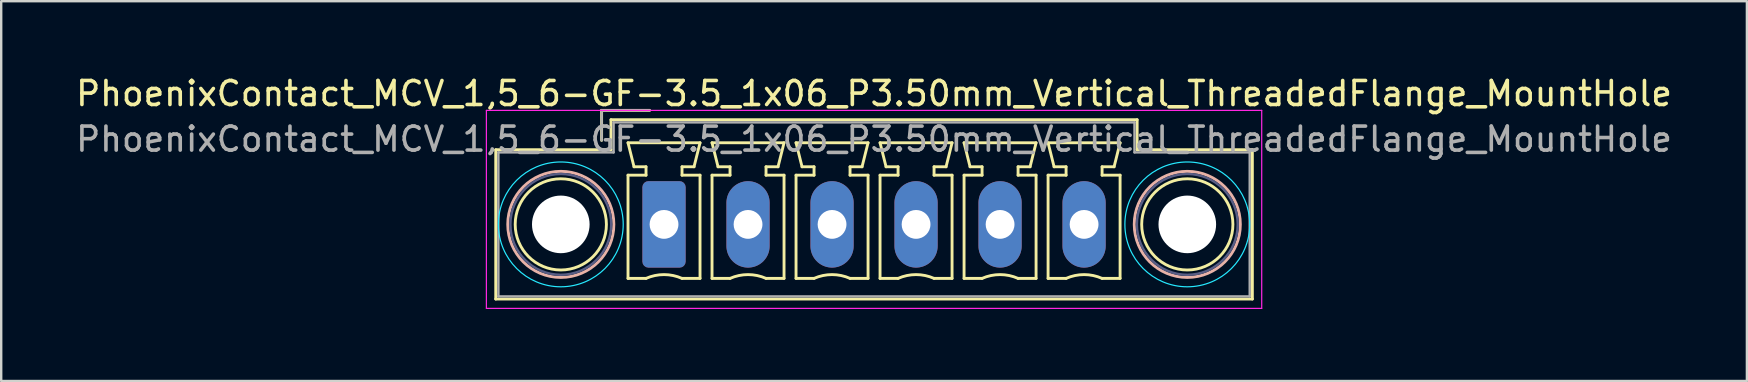
<source format=kicad_pcb>
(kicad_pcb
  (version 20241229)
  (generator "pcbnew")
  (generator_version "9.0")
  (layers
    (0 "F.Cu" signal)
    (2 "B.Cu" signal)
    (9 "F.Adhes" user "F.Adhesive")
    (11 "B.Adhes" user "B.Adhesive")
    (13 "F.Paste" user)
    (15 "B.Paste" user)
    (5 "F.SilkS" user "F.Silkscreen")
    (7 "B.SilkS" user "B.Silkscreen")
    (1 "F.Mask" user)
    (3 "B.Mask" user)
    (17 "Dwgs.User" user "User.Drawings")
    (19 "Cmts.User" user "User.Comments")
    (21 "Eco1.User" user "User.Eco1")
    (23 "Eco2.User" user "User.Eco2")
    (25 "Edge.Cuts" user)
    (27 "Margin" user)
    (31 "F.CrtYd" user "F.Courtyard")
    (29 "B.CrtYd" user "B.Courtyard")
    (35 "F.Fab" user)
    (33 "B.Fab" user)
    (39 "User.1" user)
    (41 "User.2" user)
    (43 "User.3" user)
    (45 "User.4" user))
  (footprint "PhoenixContact_MCV_1,5_6-GF-3.5_1x06_P3.50mm_Vertical_ThreadedFlange_MountHole"
    (layer "F.Cu")
    (at 24.613 6.298)
    (property "Reference" "PhoenixContact_MCV_1,5_6-GF-3.5_1x06_P3.50mm_Vertical_ThreadedFlange_MountHole" (at 8.75 -5.45 0) (layer "F.SilkS") (effects (font (size 1 1) (thickness 0.15))))
    (attr through_hole)
    (fp_line (start -7.01 -3.11) (end -7.01 3.11) (stroke (width 0.12) (type solid)) (layer "F.SilkS"))
    (fp_line (start -7.01 3.11) (end 24.51 3.11) (stroke (width 0.12) (type solid)) (layer "F.SilkS"))
    (fp_line (start -2.6 -4.75) (end -0.6 -4.75) (stroke (width 0.12) (type solid)) (layer "F.SilkS"))
    (fp_line (start -2.6 -3.5) (end -2.6 -4.75) (stroke (width 0.12) (type solid)) (layer "F.SilkS"))
    (fp_line (start -2.21 -4.36) (end -2.21 -3.11) (stroke (width 0.12) (type solid)) (layer "F.SilkS"))
    (fp_line (start -2.21 -3.11) (end -7.01 -3.11) (stroke (width 0.12) (type solid)) (layer "F.SilkS"))
    (fp_line (start -1.5 -3.4) (end 1.5 -3.4) (stroke (width 0.12) (type solid)) (layer "F.SilkS"))
    (fp_line (start -1.5 -2.05) (end -0.75 -2.05) (stroke (width 0.12) (type solid)) (layer "F.SilkS"))
    (fp_line (start -1.5 2.25) (end -1.5 -2.05) (stroke (width 0.12) (type solid)) (layer "F.SilkS"))
    (fp_line (start -1.25 -2.4) (end -1.5 -3.4) (stroke (width 0.12) (type solid)) (layer "F.SilkS"))
    (fp_line (start -0.75 -2.4) (end -1.25 -2.4) (stroke (width 0.12) (type solid)) (layer "F.SilkS"))
    (fp_line (start -0.75 -2.05) (end -0.75 -2.4) (stroke (width 0.12) (type solid)) (layer "F.SilkS"))
    (fp_line (start -0.75 2.25) (end -1.5 2.25) (stroke (width 0.12) (type solid)) (layer "F.SilkS"))
    (fp_line (start 0.75 -2.4) (end 0.75 -2.05) (stroke (width 0.12) (type solid)) (layer "F.SilkS"))
    (fp_line (start 0.75 -2.05) (end 1.5 -2.05) (stroke (width 0.12) (type solid)) (layer "F.SilkS"))
    (fp_line (start 1.25 -2.4) (end 0.75 -2.4) (stroke (width 0.12) (type solid)) (layer "F.SilkS"))
    (fp_line (start 1.5 -3.4) (end 1.25 -2.4) (stroke (width 0.12) (type solid)) (layer "F.SilkS"))
    (fp_line (start 1.5 -2.05) (end 1.5 2.25) (stroke (width 0.12) (type solid)) (layer "F.SilkS"))
    (fp_line (start 1.5 2.25) (end 0.75 2.25) (stroke (width 0.12) (type solid)) (layer "F.SilkS"))
    (fp_line (start 2 -3.4) (end 5 -3.4) (stroke (width 0.12) (type solid)) (layer "F.SilkS"))
    (fp_line (start 2 -2.05) (end 2.75 -2.05) (stroke (width 0.12) (type solid)) (layer "F.SilkS"))
    (fp_line (start 2 2.25) (end 2 -2.05) (stroke (width 0.12) (type solid)) (layer "F.SilkS"))
    (fp_line (start 2.25 -2.4) (end 2 -3.4) (stroke (width 0.12) (type solid)) (layer "F.SilkS"))
    (fp_line (start 2.75 -2.4) (end 2.25 -2.4) (stroke (width 0.12) (type solid)) (layer "F.SilkS"))
    (fp_line (start 2.75 -2.05) (end 2.75 -2.4) (stroke (width 0.12) (type solid)) (layer "F.SilkS"))
    (fp_line (start 2.75 2.25) (end 2 2.25) (stroke (width 0.12) (type solid)) (layer "F.SilkS"))
    (fp_line (start 4.25 -2.4) (end 4.25 -2.05) (stroke (width 0.12) (type solid)) (layer "F.SilkS"))
    (fp_line (start 4.25 -2.05) (end 5 -2.05) (stroke (width 0.12) (type solid)) (layer "F.SilkS"))
    (fp_line (start 4.75 -2.4) (end 4.25 -2.4) (stroke (width 0.12) (type solid)) (layer "F.SilkS"))
    (fp_line (start 5 -3.4) (end 4.75 -2.4) (stroke (width 0.12) (type solid)) (layer "F.SilkS"))
    (fp_line (start 5 -2.05) (end 5 2.25) (stroke (width 0.12) (type solid)) (layer "F.SilkS"))
    (fp_line (start 5 2.25) (end 4.25 2.25) (stroke (width 0.12) (type solid)) (layer "F.SilkS"))
    (fp_line (start 5.5 -3.4) (end 8.5 -3.4) (stroke (width 0.12) (type solid)) (layer "F.SilkS"))
    (fp_line (start 5.5 -2.05) (end 6.25 -2.05) (stroke (width 0.12) (type solid)) (layer "F.SilkS"))
    (fp_line (start 5.5 2.25) (end 5.5 -2.05) (stroke (width 0.12) (type solid)) (layer "F.SilkS"))
    (fp_line (start 5.75 -2.4) (end 5.5 -3.4) (stroke (width 0.12) (type solid)) (layer "F.SilkS"))
    (fp_line (start 6.25 -2.4) (end 5.75 -2.4) (stroke (width 0.12) (type solid)) (layer "F.SilkS"))
    (fp_line (start 6.25 -2.05) (end 6.25 -2.4) (stroke (width 0.12) (type solid)) (layer "F.SilkS"))
    (fp_line (start 6.25 2.25) (end 5.5 2.25) (stroke (width 0.12) (type solid)) (layer "F.SilkS"))
    (fp_line (start 7.75 -2.4) (end 7.75 -2.05) (stroke (width 0.12) (type solid)) (layer "F.SilkS"))
    (fp_line (start 7.75 -2.05) (end 8.5 -2.05) (stroke (width 0.12) (type solid)) (layer "F.SilkS"))
    (fp_line (start 8.25 -2.4) (end 7.75 -2.4) (stroke (width 0.12) (type solid)) (layer "F.SilkS"))
    (fp_line (start 8.5 -3.4) (end 8.25 -2.4) (stroke (width 0.12) (type solid)) (layer "F.SilkS"))
    (fp_line (start 8.5 -2.05) (end 8.5 2.25) (stroke (width 0.12) (type solid)) (layer "F.SilkS"))
    (fp_line (start 8.5 2.25) (end 7.75 2.25) (stroke (width 0.12) (type solid)) (layer "F.SilkS"))
    (fp_line (start 9 -3.4) (end 12 -3.4) (stroke (width 0.12) (type solid)) (layer "F.SilkS"))
    (fp_line (start 9 -2.05) (end 9.75 -2.05) (stroke (width 0.12) (type solid)) (layer "F.SilkS"))
    (fp_line (start 9 2.25) (end 9 -2.05) (stroke (width 0.12) (type solid)) (layer "F.SilkS"))
    (fp_line (start 9.25 -2.4) (end 9 -3.4) (stroke (width 0.12) (type solid)) (layer "F.SilkS"))
    (fp_line (start 9.75 -2.4) (end 9.25 -2.4) (stroke (width 0.12) (type solid)) (layer "F.SilkS"))
    (fp_line (start 9.75 -2.05) (end 9.75 -2.4) (stroke (width 0.12) (type solid)) (layer "F.SilkS"))
    (fp_line (start 9.75 2.25) (end 9 2.25) (stroke (width 0.12) (type solid)) (layer "F.SilkS"))
    (fp_line (start 11.25 -2.4) (end 11.25 -2.05) (stroke (width 0.12) (type solid)) (layer "F.SilkS"))
    (fp_line (start 11.25 -2.05) (end 12 -2.05) (stroke (width 0.12) (type solid)) (layer "F.SilkS"))
    (fp_line (start 11.75 -2.4) (end 11.25 -2.4) (stroke (width 0.12) (type solid)) (layer "F.SilkS"))
    (fp_line (start 12 -3.4) (end 11.75 -2.4) (stroke (width 0.12) (type solid)) (layer "F.SilkS"))
    (fp_line (start 12 -2.05) (end 12 2.25) (stroke (width 0.12) (type solid)) (layer "F.SilkS"))
    (fp_line (start 12 2.25) (end 11.25 2.25) (stroke (width 0.12) (type solid)) (layer "F.SilkS"))
    (fp_line (start 12.5 -3.4) (end 15.5 -3.4) (stroke (width 0.12) (type solid)) (layer "F.SilkS"))
    (fp_line (start 12.5 -2.05) (end 13.25 -2.05) (stroke (width 0.12) (type solid)) (layer "F.SilkS"))
    (fp_line (start 12.5 2.25) (end 12.5 -2.05) (stroke (width 0.12) (type solid)) (layer "F.SilkS"))
    (fp_line (start 12.75 -2.4) (end 12.5 -3.4) (stroke (width 0.12) (type solid)) (layer "F.SilkS"))
    (fp_line (start 13.25 -2.4) (end 12.75 -2.4) (stroke (width 0.12) (type solid)) (layer "F.SilkS"))
    (fp_line (start 13.25 -2.05) (end 13.25 -2.4) (stroke (width 0.12) (type solid)) (layer "F.SilkS"))
    (fp_line (start 13.25 2.25) (end 12.5 2.25) (stroke (width 0.12) (type solid)) (layer "F.SilkS"))
    (fp_line (start 14.75 -2.4) (end 14.75 -2.05) (stroke (width 0.12) (type solid)) (layer "F.SilkS"))
    (fp_line (start 14.75 -2.05) (end 15.5 -2.05) (stroke (width 0.12) (type solid)) (layer "F.SilkS"))
    (fp_line (start 15.25 -2.4) (end 14.75 -2.4) (stroke (width 0.12) (type solid)) (layer "F.SilkS"))
    (fp_line (start 15.5 -3.4) (end 15.25 -2.4) (stroke (width 0.12) (type solid)) (layer "F.SilkS"))
    (fp_line (start 15.5 -2.05) (end 15.5 2.25) (stroke (width 0.12) (type solid)) (layer "F.SilkS"))
    (fp_line (start 15.5 2.25) (end 14.75 2.25) (stroke (width 0.12) (type solid)) (layer "F.SilkS"))
    (fp_line (start 16 -3.4) (end 19 -3.4) (stroke (width 0.12) (type solid)) (layer "F.SilkS"))
    (fp_line (start 16 -2.05) (end 16.75 -2.05) (stroke (width 0.12) (type solid)) (layer "F.SilkS"))
    (fp_line (start 16 2.25) (end 16 -2.05) (stroke (width 0.12) (type solid)) (layer "F.SilkS"))
    (fp_line (start 16.25 -2.4) (end 16 -3.4) (stroke (width 0.12) (type solid)) (layer "F.SilkS"))
    (fp_line (start 16.75 -2.4) (end 16.25 -2.4) (stroke (width 0.12) (type solid)) (layer "F.SilkS"))
    (fp_line (start 16.75 -2.05) (end 16.75 -2.4) (stroke (width 0.12) (type solid)) (layer "F.SilkS"))
    (fp_line (start 16.75 2.25) (end 16 2.25) (stroke (width 0.12) (type solid)) (layer "F.SilkS"))
    (fp_line (start 18.25 -2.4) (end 18.25 -2.05) (stroke (width 0.12) (type solid)) (layer "F.SilkS"))
    (fp_line (start 18.25 -2.05) (end 19 -2.05) (stroke (width 0.12) (type solid)) (layer "F.SilkS"))
    (fp_line (start 18.75 -2.4) (end 18.25 -2.4) (stroke (width 0.12) (type solid)) (layer "F.SilkS"))
    (fp_line (start 19 -3.4) (end 18.75 -2.4) (stroke (width 0.12) (type solid)) (layer "F.SilkS"))
    (fp_line (start 19 -2.05) (end 19 2.25) (stroke (width 0.12) (type solid)) (layer "F.SilkS"))
    (fp_line (start 19 2.25) (end 18.25 2.25) (stroke (width 0.12) (type solid)) (layer "F.SilkS"))
    (fp_line (start 19.71 -4.36) (end -2.21 -4.36) (stroke (width 0.12) (type solid)) (layer "F.SilkS"))
    (fp_line (start 19.71 -3.11) (end 19.71 -4.36) (stroke (width 0.12) (type solid)) (layer "F.SilkS"))
    (fp_line (start 24.51 -3.11) (end 19.71 -3.11) (stroke (width 0.12) (type solid)) (layer "F.SilkS"))
    (fp_line (start 24.51 3.11) (end 24.51 -3.11) (stroke (width 0.12) (type solid)) (layer "F.SilkS"))
    (fp_arc (start -0.75 2.25) (mid -0.000193 2.09191) (end 0.749647 2.249844) (stroke (width 0.12) (type solid)) (layer "F.SilkS"))
    (fp_arc (start 2.75 2.25) (mid 3.499807 2.09191) (end 4.249647 2.249844) (stroke (width 0.12) (type solid)) (layer "F.SilkS"))
    (fp_arc (start 6.25 2.25) (mid 6.999807 2.09191) (end 7.749647 2.249844) (stroke (width 0.12) (type solid)) (layer "F.SilkS"))
    (fp_arc (start 9.75 2.25) (mid 10.499807 2.09191) (end 11.249647 2.249844) (stroke (width 0.12) (type solid)) (layer "F.SilkS"))
    (fp_arc (start 13.25 2.25) (mid 13.999807 2.09191) (end 14.749647 2.249844) (stroke (width 0.12) (type solid)) (layer "F.SilkS"))
    (fp_arc (start 16.75 2.25) (mid 17.499807 2.09191) (end 18.249647 2.249844) (stroke (width 0.12) (type solid)) (layer "F.SilkS"))
    (fp_circle (center -4.3 0) (end -2.4 0) (stroke (width 0.12) (type solid)) (fill no) (layer "F.SilkS"))
    (fp_circle (center 21.8 0) (end 23.7 0) (stroke (width 0.12) (type solid)) (fill no) (layer "F.SilkS"))
    (fp_circle (center -4.3 0) (end -2.09 0) (stroke (width 0.12) (type solid)) (fill no) (layer "B.SilkS"))
    (fp_circle (center 21.8 0) (end 24.01 0) (stroke (width 0.12) (type solid)) (fill no) (layer "B.SilkS"))
    (fp_circle (center -4.3 0) (end -1.7 0) (stroke (width 0.05) (type solid)) (fill no) (layer "B.CrtYd"))
    (fp_circle (center 21.8 0) (end 24.4 0) (stroke (width 0.05) (type solid)) (fill no) (layer "B.CrtYd"))
    (fp_line (start -7.4 -4.75) (end -7.4 3.5) (stroke (width 0.05) (type solid)) (layer "F.CrtYd"))
    (fp_line (start -7.4 3.5) (end 24.9 3.5) (stroke (width 0.05) (type solid)) (layer "F.CrtYd"))
    (fp_line (start 24.9 -4.75) (end -7.4 -4.75) (stroke (width 0.05) (type solid)) (layer "F.CrtYd"))
    (fp_line (start 24.9 3.5) (end 24.9 -4.75) (stroke (width 0.05) (type solid)) (layer "F.CrtYd"))
    (fp_circle (center -4.3 0) (end -2.2 0) (stroke (width 0.1) (type solid)) (fill no) (layer "B.Fab"))
    (fp_circle (center 21.8 0) (end 23.9 0) (stroke (width 0.1) (type solid)) (fill no) (layer "B.Fab"))
    (fp_line (start -6.9 -3) (end -6.9 3) (stroke (width 0.1) (type solid)) (layer "F.Fab"))
    (fp_line (start -6.9 3) (end 24.4 3) (stroke (width 0.1) (type solid)) (layer "F.Fab"))
    (fp_line (start -2.6 -4.75) (end -0.6 -4.75) (stroke (width 0.1) (type solid)) (layer "F.Fab"))
    (fp_line (start -2.6 -3.5) (end -2.6 -4.75) (stroke (width 0.1) (type solid)) (layer "F.Fab"))
    (fp_line (start -2.1 -4.25) (end -2.1 -3) (stroke (width 0.1) (type solid)) (layer "F.Fab"))
    (fp_line (start -2.1 -3) (end -6.9 -3) (stroke (width 0.1) (type solid)) (layer "F.Fab"))
    (fp_line (start 19.6 -4.25) (end -2.1 -4.25) (stroke (width 0.1) (type solid)) (layer "F.Fab"))
    (fp_line (start 19.6 -3) (end 19.6 -4.25) (stroke (width 0.1) (type solid)) (layer "F.Fab"))
    (fp_line (start 24.4 -3) (end 19.6 -3) (stroke (width 0.1) (type solid)) (layer "F.Fab"))
    (fp_line (start 24.4 3) (end 24.4 -3) (stroke (width 0.1) (type solid)) (layer "F.Fab"))
    (fp_text user "${REFERENCE}" (at 8.75 -3.55 0) (layer "F.Fab") (effects (font (size 1 1) (thickness 0.15))))
    (pad "" np_thru_hole circle (at -4.3 0) (size 2.4 2.4) (drill 2.4) (layers "*.Cu" "*.Mask"))
    (pad "" np_thru_hole circle (at 21.8 0) (size 2.4 2.4) (drill 2.4) (layers "*.Cu" "*.Mask"))
    (pad "1" thru_hole roundrect (at 0 0) (size 1.8 3.6) (drill 1.2) (layers "*.Cu" "*.Mask") (roundrect_rratio 0.139))
    (pad "2" thru_hole oval (at 3.5 0) (size 1.8 3.6) (drill 1.2) (layers "*.Cu" "*.Mask"))
    (pad "3" thru_hole oval (at 7 0) (size 1.8 3.6) (drill 1.2) (layers "*.Cu" "*.Mask"))
    (pad "4" thru_hole oval (at 10.5 0) (size 1.8 3.6) (drill 1.2) (layers "*.Cu" "*.Mask"))
    (pad "5" thru_hole oval (at 14 0) (size 1.8 3.6) (drill 1.2) (layers "*.Cu" "*.Mask"))
    (pad "6" thru_hole oval (at 17.5 0) (size 1.8 3.6) (drill 1.2) (layers "*.Cu" "*.Mask")))
  (gr_rect
    (start -3 -3)
    (end 69.726 12.823)
    (stroke (width 0.1) (type default))
    (fill no)
    (layer "Edge.Cuts")))
</source>
